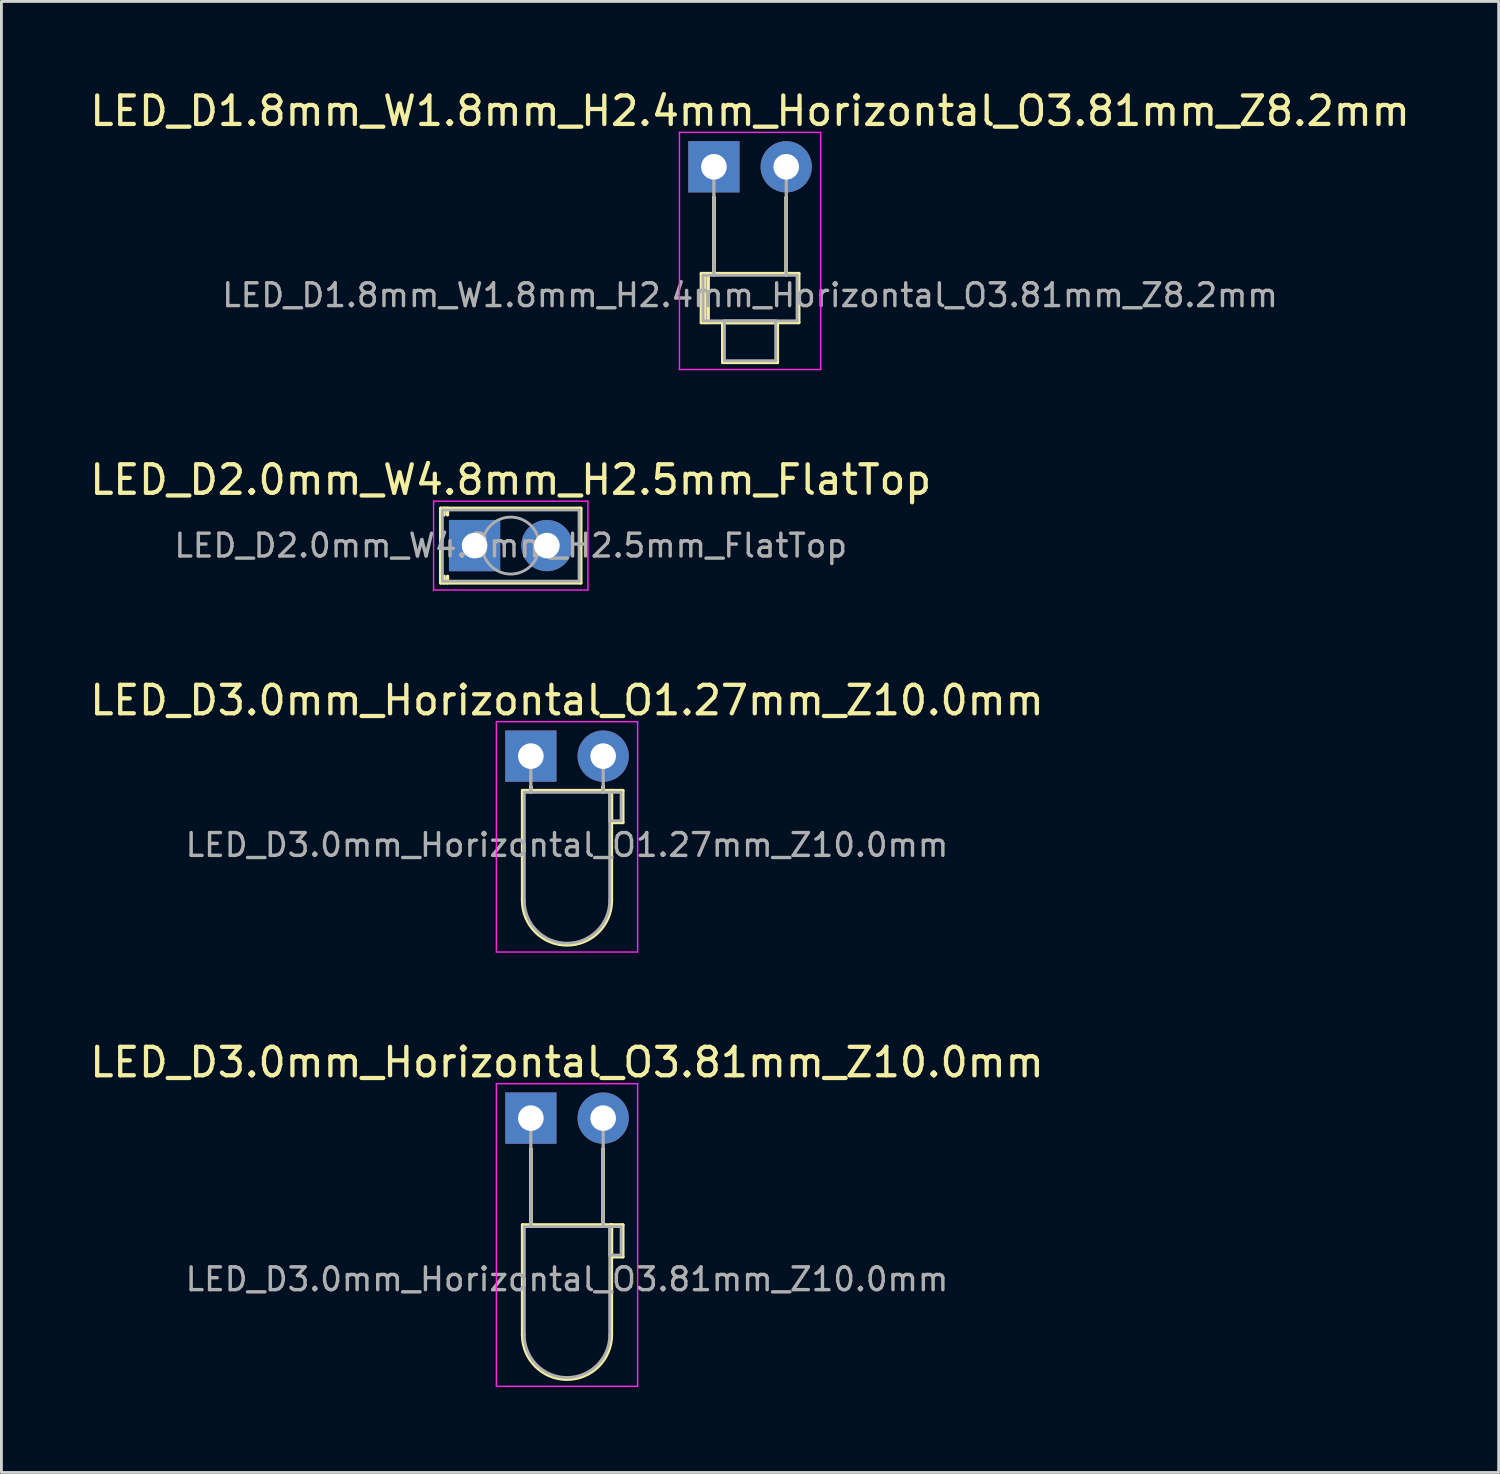
<source format=kicad_pcb>
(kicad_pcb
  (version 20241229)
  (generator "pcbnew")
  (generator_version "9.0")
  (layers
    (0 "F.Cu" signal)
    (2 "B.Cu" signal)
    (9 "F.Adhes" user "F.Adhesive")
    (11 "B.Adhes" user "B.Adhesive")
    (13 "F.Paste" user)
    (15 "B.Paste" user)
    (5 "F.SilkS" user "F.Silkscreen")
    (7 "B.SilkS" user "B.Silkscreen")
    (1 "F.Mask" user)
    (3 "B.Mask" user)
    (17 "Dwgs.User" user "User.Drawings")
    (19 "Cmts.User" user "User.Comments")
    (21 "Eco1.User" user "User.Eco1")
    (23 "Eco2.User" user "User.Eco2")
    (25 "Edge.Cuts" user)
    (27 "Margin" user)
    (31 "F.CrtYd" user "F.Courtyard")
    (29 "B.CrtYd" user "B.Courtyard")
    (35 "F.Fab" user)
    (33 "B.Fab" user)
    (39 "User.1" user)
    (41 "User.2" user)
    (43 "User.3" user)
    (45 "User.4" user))
  (footprint "LED_D1.8mm_W1.8mm_H2.4mm_Horizontal_O3.81mm_Z8.2mm"
    (layer "F.Cu")
    (at 22.022 2.808)
    (property "Reference" "LED_D1.8mm_W1.8mm_H2.4mm_Horizontal_O3.81mm_Z8.2mm" (at 1.27 -1.96 0) (layer "F.SilkS") (effects (font (size 1 1) (thickness 0.15))))
    (attr through_hole)
    (fp_line (start -0.44 3.75) (end -0.44 5.47) (stroke (width 0.12) (type solid)) (layer "F.SilkS"))
    (fp_line (start -0.44 5.47) (end 2.98 5.47) (stroke (width 0.12) (type solid)) (layer "F.SilkS"))
    (fp_line (start -0.32 3.75) (end -0.32 5.47) (stroke (width 0.12) (type solid)) (layer "F.SilkS"))
    (fp_line (start -0.2 3.75) (end -0.2 5.47) (stroke (width 0.12) (type solid)) (layer "F.SilkS"))
    (fp_line (start 0 1.08) (end 0 1.08) (stroke (width 0.12) (type solid)) (layer "F.SilkS"))
    (fp_line (start 0 1.08) (end 0 3.75) (stroke (width 0.12) (type solid)) (layer "F.SilkS"))
    (fp_line (start 0 3.75) (end 0 1.08) (stroke (width 0.12) (type solid)) (layer "F.SilkS"))
    (fp_line (start 0 3.75) (end 0 3.75) (stroke (width 0.12) (type solid)) (layer "F.SilkS"))
    (fp_line (start 0.31 5.47) (end 0.31 6.87) (stroke (width 0.12) (type solid)) (layer "F.SilkS"))
    (fp_line (start 0.31 6.87) (end 2.23 6.87) (stroke (width 0.12) (type solid)) (layer "F.SilkS"))
    (fp_line (start 2.23 5.47) (end 0.31 5.47) (stroke (width 0.12) (type solid)) (layer "F.SilkS"))
    (fp_line (start 2.23 6.87) (end 2.23 5.47) (stroke (width 0.12) (type solid)) (layer "F.SilkS"))
    (fp_line (start 2.54 1.08) (end 2.54 1.08) (stroke (width 0.12) (type solid)) (layer "F.SilkS"))
    (fp_line (start 2.54 1.08) (end 2.54 3.75) (stroke (width 0.12) (type solid)) (layer "F.SilkS"))
    (fp_line (start 2.54 3.75) (end 2.54 1.08) (stroke (width 0.12) (type solid)) (layer "F.SilkS"))
    (fp_line (start 2.54 3.75) (end 2.54 3.75) (stroke (width 0.12) (type solid)) (layer "F.SilkS"))
    (fp_line (start 2.98 3.75) (end -0.44 3.75) (stroke (width 0.12) (type solid)) (layer "F.SilkS"))
    (fp_line (start 2.98 5.47) (end 2.98 3.75) (stroke (width 0.12) (type solid)) (layer "F.SilkS"))
    (fp_line (start -1.21 -1.21) (end -1.21 7.12) (stroke (width 0.05) (type solid)) (layer "F.CrtYd"))
    (fp_line (start -1.21 7.12) (end 3.75 7.12) (stroke (width 0.05) (type solid)) (layer "F.CrtYd"))
    (fp_line (start 3.75 -1.21) (end -1.21 -1.21) (stroke (width 0.05) (type solid)) (layer "F.CrtYd"))
    (fp_line (start 3.75 7.12) (end 3.75 -1.21) (stroke (width 0.05) (type solid)) (layer "F.CrtYd"))
    (fp_line (start -0.38 3.81) (end -0.38 5.41) (stroke (width 0.1) (type solid)) (layer "F.Fab"))
    (fp_line (start -0.38 5.41) (end 2.92 5.41) (stroke (width 0.1) (type solid)) (layer "F.Fab"))
    (fp_line (start 0 0) (end 0 0) (stroke (width 0.1) (type solid)) (layer "F.Fab"))
    (fp_line (start 0 0) (end 0 3.81) (stroke (width 0.1) (type solid)) (layer "F.Fab"))
    (fp_line (start 0 3.81) (end 0 0) (stroke (width 0.1) (type solid)) (layer "F.Fab"))
    (fp_line (start 0 3.81) (end 0 3.81) (stroke (width 0.1) (type solid)) (layer "F.Fab"))
    (fp_line (start 0.37 5.41) (end 0.37 6.81) (stroke (width 0.1) (type solid)) (layer "F.Fab"))
    (fp_line (start 0.37 6.81) (end 2.17 6.81) (stroke (width 0.1) (type solid)) (layer "F.Fab"))
    (fp_line (start 2.17 5.41) (end 0.37 5.41) (stroke (width 0.1) (type solid)) (layer "F.Fab"))
    (fp_line (start 2.17 6.81) (end 2.17 5.41) (stroke (width 0.1) (type solid)) (layer "F.Fab"))
    (fp_line (start 2.54 0) (end 2.54 0) (stroke (width 0.1) (type solid)) (layer "F.Fab"))
    (fp_line (start 2.54 0) (end 2.54 3.81) (stroke (width 0.1) (type solid)) (layer "F.Fab"))
    (fp_line (start 2.54 3.81) (end 2.54 0) (stroke (width 0.1) (type solid)) (layer "F.Fab"))
    (fp_line (start 2.54 3.81) (end 2.54 3.81) (stroke (width 0.1) (type solid)) (layer "F.Fab"))
    (fp_line (start 2.92 3.81) (end -0.38 3.81) (stroke (width 0.1) (type solid)) (layer "F.Fab"))
    (fp_line (start 2.92 5.41) (end 2.92 3.81) (stroke (width 0.1) (type solid)) (layer "F.Fab"))
    (fp_text user "${REFERENCE}" (at 1.27 4.51 0) (layer "F.Fab") (effects (font (size 0.8 0.8) (thickness 0.12))))
    (pad "1" thru_hole rect (at 0 0) (size 1.8 1.8) (drill 0.9) (layers "*.Cu" "*.Mask"))
    (pad "2" thru_hole circle (at 2.54 0) (size 1.8 1.8) (drill 0.9) (layers "*.Cu" "*.Mask")))
  (footprint "LED_D2.0mm_W4.8mm_H2.5mm_FlatTop"
    (layer "F.Cu")
    (at 13.617 16.111)
    (property "Reference" "LED_D2.0mm_W4.8mm_H2.5mm_FlatTop" (at 1.27 -2.31 0) (layer "F.SilkS") (effects (font (size 1 1) (thickness 0.15))))
    (attr through_hole)
    (fp_line (start -1.19 -1.31) (end -1.19 1.31) (stroke (width 0.12) (type solid)) (layer "F.SilkS"))
    (fp_line (start -1.19 -1.31) (end 3.73 -1.31) (stroke (width 0.12) (type solid)) (layer "F.SilkS"))
    (fp_line (start -1.19 1.31) (end 3.73 1.31) (stroke (width 0.12) (type solid)) (layer "F.SilkS"))
    (fp_line (start -1.07 -1.31) (end -1.07 -1.08) (stroke (width 0.12) (type solid)) (layer "F.SilkS"))
    (fp_line (start -1.07 1.08) (end -1.07 1.31) (stroke (width 0.12) (type solid)) (layer "F.SilkS"))
    (fp_line (start -0.95 -1.31) (end -0.95 -1.08) (stroke (width 0.12) (type solid)) (layer "F.SilkS"))
    (fp_line (start -0.95 1.08) (end -0.95 1.31) (stroke (width 0.12) (type solid)) (layer "F.SilkS"))
    (fp_line (start 3.73 -1.31) (end 3.73 1.31) (stroke (width 0.12) (type solid)) (layer "F.SilkS"))
    (fp_line (start -1.44 -1.56) (end -1.44 1.56) (stroke (width 0.05) (type solid)) (layer "F.CrtYd"))
    (fp_line (start -1.44 1.56) (end 3.98 1.56) (stroke (width 0.05) (type solid)) (layer "F.CrtYd"))
    (fp_line (start 3.98 -1.56) (end -1.44 -1.56) (stroke (width 0.05) (type solid)) (layer "F.CrtYd"))
    (fp_line (start 3.98 1.56) (end 3.98 -1.56) (stroke (width 0.05) (type solid)) (layer "F.CrtYd"))
    (fp_line (start -1.13 -1.25) (end -1.13 1.25) (stroke (width 0.1) (type solid)) (layer "F.Fab"))
    (fp_line (start -1.13 1.25) (end 3.67 1.25) (stroke (width 0.1) (type solid)) (layer "F.Fab"))
    (fp_line (start 3.67 -1.25) (end -1.13 -1.25) (stroke (width 0.1) (type solid)) (layer "F.Fab"))
    (fp_line (start 3.67 1.25) (end 3.67 -1.25) (stroke (width 0.1) (type solid)) (layer "F.Fab"))
    (fp_circle (center 1.27 0) (end 2.27 0) (stroke (width 0.1) (type solid)) (fill no) (layer "F.Fab"))
    (fp_text user "${REFERENCE}" (at 1.27 0 0) (layer "F.Fab") (effects (font (size 0.8 0.8) (thickness 0.12))))
    (pad "1" thru_hole rect (at 0 0) (size 1.8 1.8) (drill 0.9) (layers "*.Cu" "*.Mask"))
    (pad "2" thru_hole circle (at 2.54 0) (size 1.8 1.8) (drill 0.9) (layers "*.Cu" "*.Mask")))
  (footprint "LED_D3.0mm_Horizontal_O1.27mm_Z10.0mm"
    (layer "F.Cu")
    (at 15.593 23.505)
    (property "Reference" "LED_D3.0mm_Horizontal_O1.27mm_Z10.0mm" (at 1.27 -1.96 0) (layer "F.SilkS") (effects (font (size 1 1) (thickness 0.15))))
    (attr through_hole)
    (fp_line (start -0.29 1.21) (end -0.29 5.07) (stroke (width 0.12) (type solid)) (layer "F.SilkS"))
    (fp_line (start -0.29 1.21) (end 2.83 1.21) (stroke (width 0.12) (type solid)) (layer "F.SilkS"))
    (fp_line (start 0 1.08) (end 0 1.08) (stroke (width 0.12) (type solid)) (layer "F.SilkS"))
    (fp_line (start 0 1.08) (end 0 1.21) (stroke (width 0.12) (type solid)) (layer "F.SilkS"))
    (fp_line (start 0 1.21) (end 0 1.08) (stroke (width 0.12) (type solid)) (layer "F.SilkS"))
    (fp_line (start 0 1.21) (end 0 1.21) (stroke (width 0.12) (type solid)) (layer "F.SilkS"))
    (fp_line (start 2.54 1.08) (end 2.54 1.08) (stroke (width 0.12) (type solid)) (layer "F.SilkS"))
    (fp_line (start 2.54 1.08) (end 2.54 1.21) (stroke (width 0.12) (type solid)) (layer "F.SilkS"))
    (fp_line (start 2.54 1.21) (end 2.54 1.08) (stroke (width 0.12) (type solid)) (layer "F.SilkS"))
    (fp_line (start 2.54 1.21) (end 2.54 1.21) (stroke (width 0.12) (type solid)) (layer "F.SilkS"))
    (fp_line (start 2.83 1.21) (end 2.83 5.07) (stroke (width 0.12) (type solid)) (layer "F.SilkS"))
    (fp_line (start 2.83 1.21) (end 3.23 1.21) (stroke (width 0.12) (type solid)) (layer "F.SilkS"))
    (fp_line (start 2.83 2.33) (end 2.83 1.21) (stroke (width 0.12) (type solid)) (layer "F.SilkS"))
    (fp_line (start 3.23 1.21) (end 3.23 2.33) (stroke (width 0.12) (type solid)) (layer "F.SilkS"))
    (fp_line (start 3.23 2.33) (end 2.83 2.33) (stroke (width 0.12) (type solid)) (layer "F.SilkS"))
    (fp_arc (start 2.83 5.07) (mid 1.27 6.63) (end -0.29 5.07) (stroke (width 0.12) (type solid)) (layer "F.SilkS"))
    (fp_line (start -1.21 -1.21) (end -1.21 6.88) (stroke (width 0.05) (type solid)) (layer "F.CrtYd"))
    (fp_line (start -1.21 6.88) (end 3.75 6.88) (stroke (width 0.05) (type solid)) (layer "F.CrtYd"))
    (fp_line (start 3.75 -1.21) (end -1.21 -1.21) (stroke (width 0.05) (type solid)) (layer "F.CrtYd"))
    (fp_line (start 3.75 6.88) (end 3.75 -1.21) (stroke (width 0.05) (type solid)) (layer "F.CrtYd"))
    (fp_line (start -0.23 1.27) (end -0.23 5.07) (stroke (width 0.1) (type solid)) (layer "F.Fab"))
    (fp_line (start -0.23 1.27) (end 2.77 1.27) (stroke (width 0.1) (type solid)) (layer "F.Fab"))
    (fp_line (start 0 0) (end 0 0) (stroke (width 0.1) (type solid)) (layer "F.Fab"))
    (fp_line (start 0 0) (end 0 1.27) (stroke (width 0.1) (type solid)) (layer "F.Fab"))
    (fp_line (start 0 1.27) (end 0 0) (stroke (width 0.1) (type solid)) (layer "F.Fab"))
    (fp_line (start 0 1.27) (end 0 1.27) (stroke (width 0.1) (type solid)) (layer "F.Fab"))
    (fp_line (start 2.54 0) (end 2.54 0) (stroke (width 0.1) (type solid)) (layer "F.Fab"))
    (fp_line (start 2.54 0) (end 2.54 1.27) (stroke (width 0.1) (type solid)) (layer "F.Fab"))
    (fp_line (start 2.54 1.27) (end 2.54 0) (stroke (width 0.1) (type solid)) (layer "F.Fab"))
    (fp_line (start 2.54 1.27) (end 2.54 1.27) (stroke (width 0.1) (type solid)) (layer "F.Fab"))
    (fp_line (start 2.77 1.27) (end 2.77 5.07) (stroke (width 0.1) (type solid)) (layer "F.Fab"))
    (fp_line (start 2.77 1.27) (end 3.17 1.27) (stroke (width 0.1) (type solid)) (layer "F.Fab"))
    (fp_line (start 2.77 2.27) (end 2.77 1.27) (stroke (width 0.1) (type solid)) (layer "F.Fab"))
    (fp_line (start 3.17 1.27) (end 3.17 2.27) (stroke (width 0.1) (type solid)) (layer "F.Fab"))
    (fp_line (start 3.17 2.27) (end 2.77 2.27) (stroke (width 0.1) (type solid)) (layer "F.Fab"))
    (fp_arc (start 2.77 5.07) (mid 1.27 6.57) (end -0.23 5.07) (stroke (width 0.1) (type solid)) (layer "F.Fab"))
    (fp_text user "${REFERENCE}" (at 1.27 3.12 0) (layer "F.Fab") (effects (font (size 0.8 0.8) (thickness 0.12))))
    (pad "1" thru_hole rect (at 0 0) (size 1.8 1.8) (drill 0.9) (layers "*.Cu" "*.Mask"))
    (pad "2" thru_hole circle (at 2.54 0) (size 1.8 1.8) (drill 0.9) (layers "*.Cu" "*.Mask")))
  (footprint "LED_D3.0mm_Horizontal_O3.81mm_Z10.0mm"
    (layer "F.Cu")
    (at 15.593 36.218)
    (property "Reference" "LED_D3.0mm_Horizontal_O3.81mm_Z10.0mm" (at 1.27 -1.96 0) (layer "F.SilkS") (effects (font (size 1 1) (thickness 0.15))))
    (attr through_hole)
    (fp_line (start -0.29 3.75) (end -0.29 7.61) (stroke (width 0.12) (type solid)) (layer "F.SilkS"))
    (fp_line (start -0.29 3.75) (end 2.83 3.75) (stroke (width 0.12) (type solid)) (layer "F.SilkS"))
    (fp_line (start 0 1.08) (end 0 1.08) (stroke (width 0.12) (type solid)) (layer "F.SilkS"))
    (fp_line (start 0 1.08) (end 0 3.75) (stroke (width 0.12) (type solid)) (layer "F.SilkS"))
    (fp_line (start 0 3.75) (end 0 1.08) (stroke (width 0.12) (type solid)) (layer "F.SilkS"))
    (fp_line (start 0 3.75) (end 0 3.75) (stroke (width 0.12) (type solid)) (layer "F.SilkS"))
    (fp_line (start 2.54 1.08) (end 2.54 1.08) (stroke (width 0.12) (type solid)) (layer "F.SilkS"))
    (fp_line (start 2.54 1.08) (end 2.54 3.75) (stroke (width 0.12) (type solid)) (layer "F.SilkS"))
    (fp_line (start 2.54 3.75) (end 2.54 1.08) (stroke (width 0.12) (type solid)) (layer "F.SilkS"))
    (fp_line (start 2.54 3.75) (end 2.54 3.75) (stroke (width 0.12) (type solid)) (layer "F.SilkS"))
    (fp_line (start 2.83 3.75) (end 2.83 7.61) (stroke (width 0.12) (type solid)) (layer "F.SilkS"))
    (fp_line (start 2.83 3.75) (end 3.23 3.75) (stroke (width 0.12) (type solid)) (layer "F.SilkS"))
    (fp_line (start 2.83 4.87) (end 2.83 3.75) (stroke (width 0.12) (type solid)) (layer "F.SilkS"))
    (fp_line (start 3.23 3.75) (end 3.23 4.87) (stroke (width 0.12) (type solid)) (layer "F.SilkS"))
    (fp_line (start 3.23 4.87) (end 2.83 4.87) (stroke (width 0.12) (type solid)) (layer "F.SilkS"))
    (fp_arc (start 2.83 7.61) (mid 1.27 9.17) (end -0.29 7.61) (stroke (width 0.12) (type solid)) (layer "F.SilkS"))
    (fp_line (start -1.21 -1.21) (end -1.21 9.42) (stroke (width 0.05) (type solid)) (layer "F.CrtYd"))
    (fp_line (start -1.21 9.42) (end 3.75 9.42) (stroke (width 0.05) (type solid)) (layer "F.CrtYd"))
    (fp_line (start 3.75 -1.21) (end -1.21 -1.21) (stroke (width 0.05) (type solid)) (layer "F.CrtYd"))
    (fp_line (start 3.75 9.42) (end 3.75 -1.21) (stroke (width 0.05) (type solid)) (layer "F.CrtYd"))
    (fp_line (start -0.23 3.81) (end -0.23 7.61) (stroke (width 0.1) (type solid)) (layer "F.Fab"))
    (fp_line (start -0.23 3.81) (end 2.77 3.81) (stroke (width 0.1) (type solid)) (layer "F.Fab"))
    (fp_line (start 0 0) (end 0 0) (stroke (width 0.1) (type solid)) (layer "F.Fab"))
    (fp_line (start 0 0) (end 0 3.81) (stroke (width 0.1) (type solid)) (layer "F.Fab"))
    (fp_line (start 0 3.81) (end 0 0) (stroke (width 0.1) (type solid)) (layer "F.Fab"))
    (fp_line (start 0 3.81) (end 0 3.81) (stroke (width 0.1) (type solid)) (layer "F.Fab"))
    (fp_line (start 2.54 0) (end 2.54 0) (stroke (width 0.1) (type solid)) (layer "F.Fab"))
    (fp_line (start 2.54 0) (end 2.54 3.81) (stroke (width 0.1) (type solid)) (layer "F.Fab"))
    (fp_line (start 2.54 3.81) (end 2.54 0) (stroke (width 0.1) (type solid)) (layer "F.Fab"))
    (fp_line (start 2.54 3.81) (end 2.54 3.81) (stroke (width 0.1) (type solid)) (layer "F.Fab"))
    (fp_line (start 2.77 3.81) (end 2.77 7.61) (stroke (width 0.1) (type solid)) (layer "F.Fab"))
    (fp_line (start 2.77 3.81) (end 3.17 3.81) (stroke (width 0.1) (type solid)) (layer "F.Fab"))
    (fp_line (start 2.77 4.81) (end 2.77 3.81) (stroke (width 0.1) (type solid)) (layer "F.Fab"))
    (fp_line (start 3.17 3.81) (end 3.17 4.81) (stroke (width 0.1) (type solid)) (layer "F.Fab"))
    (fp_line (start 3.17 4.81) (end 2.77 4.81) (stroke (width 0.1) (type solid)) (layer "F.Fab"))
    (fp_arc (start 2.77 7.61) (mid 1.27 9.11) (end -0.23 7.61) (stroke (width 0.1) (type solid)) (layer "F.Fab"))
    (fp_text user "${REFERENCE}" (at 1.27 5.66 0) (layer "F.Fab") (effects (font (size 0.8 0.8) (thickness 0.12))))
    (pad "1" thru_hole rect (at 0 0) (size 1.8 1.8) (drill 0.9) (layers "*.Cu" "*.Mask"))
    (pad "2" thru_hole circle (at 2.54 0) (size 1.8 1.8) (drill 0.9) (layers "*.Cu" "*.Mask")))
  (gr_rect
    (start -3 -3)
    (end 49.583 48.663)
    (stroke (width 0.1) (type default))
    (fill no)
    (layer "Edge.Cuts")))
</source>
